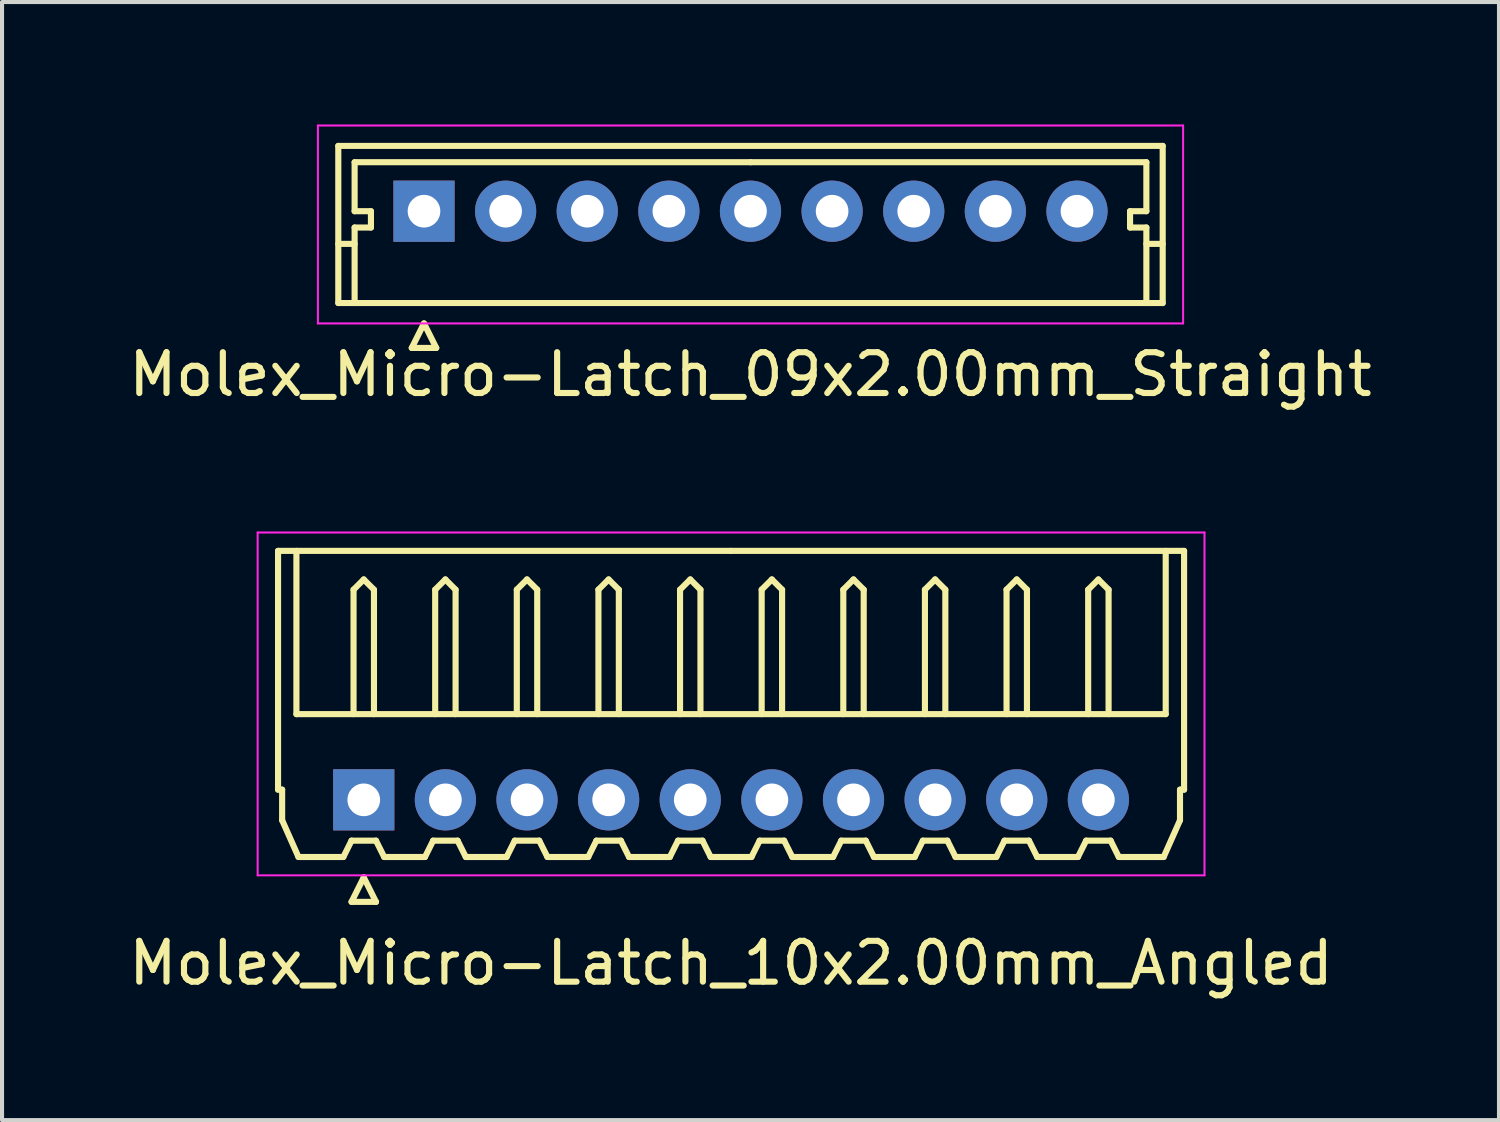
<source format=kicad_pcb>
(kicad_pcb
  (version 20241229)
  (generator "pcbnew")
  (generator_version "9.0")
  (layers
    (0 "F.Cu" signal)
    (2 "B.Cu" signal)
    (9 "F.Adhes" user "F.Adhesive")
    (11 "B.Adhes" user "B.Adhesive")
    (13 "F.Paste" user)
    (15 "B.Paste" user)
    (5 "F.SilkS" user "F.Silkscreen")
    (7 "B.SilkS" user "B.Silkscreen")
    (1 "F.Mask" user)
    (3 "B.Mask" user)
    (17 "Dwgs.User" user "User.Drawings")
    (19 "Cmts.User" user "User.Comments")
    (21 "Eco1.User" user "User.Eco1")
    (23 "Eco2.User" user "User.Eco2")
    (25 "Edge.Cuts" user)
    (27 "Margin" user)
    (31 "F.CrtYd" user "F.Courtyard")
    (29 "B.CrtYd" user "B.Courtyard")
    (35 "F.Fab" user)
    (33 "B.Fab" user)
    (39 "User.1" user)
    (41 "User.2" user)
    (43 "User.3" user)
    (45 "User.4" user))
  (footprint "Molex_Micro-Latch_10x2.00mm_Angled"
    (layer "F.Cu")
    (at 5.863 16.548)
    (property "Reference" "Molex_Micro-Latch_10x2.00mm_Angled" (at 9 4 0) (layer "F.SilkS") (effects (font (size 1 1) (thickness 0.15))))
    (attr through_hole)
    (fp_line (start -2.1 -6.1) (end 9 -6.1) (stroke (width 0.15) (type solid)) (layer "F.SilkS"))
    (fp_line (start -2.1 -0.25) (end -2.1 -6.1) (stroke (width 0.15) (type solid)) (layer "F.SilkS"))
    (fp_line (start -2 -0.25) (end -2.1 -0.25) (stroke (width 0.15) (type solid)) (layer "F.SilkS"))
    (fp_line (start -2 0.5) (end -2 -0.25) (stroke (width 0.15) (type solid)) (layer "F.SilkS"))
    (fp_line (start -1.65 -6.1) (end -1.65 -2.1) (stroke (width 0.15) (type solid)) (layer "F.SilkS"))
    (fp_line (start -1.65 -2.1) (end 19.65 -2.1) (stroke (width 0.15) (type solid)) (layer "F.SilkS"))
    (fp_line (start -1.6 1.4) (end -2 0.5) (stroke (width 0.15) (type solid)) (layer "F.SilkS"))
    (fp_line (start -0.5 1.4) (end -1.6 1.4) (stroke (width 0.15) (type solid)) (layer "F.SilkS"))
    (fp_line (start -0.3 1) (end -0.5 1.4) (stroke (width 0.15) (type solid)) (layer "F.SilkS"))
    (fp_line (start -0.3 1) (end 0.3 1) (stroke (width 0.15) (type solid)) (layer "F.SilkS"))
    (fp_line (start -0.3 2.5) (end 0.3 2.5) (stroke (width 0.15) (type solid)) (layer "F.SilkS"))
    (fp_line (start -0.25 -5.15) (end 0 -5.4) (stroke (width 0.15) (type solid)) (layer "F.SilkS"))
    (fp_line (start -0.25 -2.1) (end -0.25 -5.15) (stroke (width 0.15) (type solid)) (layer "F.SilkS"))
    (fp_line (start 0 -5.4) (end 0.25 -5.15) (stroke (width 0.15) (type solid)) (layer "F.SilkS"))
    (fp_line (start 0 1.9) (end -0.3 2.5) (stroke (width 0.15) (type solid)) (layer "F.SilkS"))
    (fp_line (start 0.25 -5.15) (end 0.25 -2.1) (stroke (width 0.15) (type solid)) (layer "F.SilkS"))
    (fp_line (start 0.3 1) (end 0.5 1.4) (stroke (width 0.15) (type solid)) (layer "F.SilkS"))
    (fp_line (start 0.3 2.5) (end 0 1.9) (stroke (width 0.15) (type solid)) (layer "F.SilkS"))
    (fp_line (start 0.5 1.4) (end 1.5 1.4) (stroke (width 0.15) (type solid)) (layer "F.SilkS"))
    (fp_line (start 1.5 1.4) (end 1.7 1) (stroke (width 0.15) (type solid)) (layer "F.SilkS"))
    (fp_line (start 1.7 1) (end 2.3 1) (stroke (width 0.15) (type solid)) (layer "F.SilkS"))
    (fp_line (start 1.75 -5.15) (end 2 -5.4) (stroke (width 0.15) (type solid)) (layer "F.SilkS"))
    (fp_line (start 1.75 -2.1) (end 1.75 -5.15) (stroke (width 0.15) (type solid)) (layer "F.SilkS"))
    (fp_line (start 2 -5.4) (end 2.25 -5.15) (stroke (width 0.15) (type solid)) (layer "F.SilkS"))
    (fp_line (start 2.25 -5.15) (end 2.25 -2.1) (stroke (width 0.15) (type solid)) (layer "F.SilkS"))
    (fp_line (start 2.3 1) (end 2.5 1.4) (stroke (width 0.15) (type solid)) (layer "F.SilkS"))
    (fp_line (start 2.5 1.4) (end 3.5 1.4) (stroke (width 0.15) (type solid)) (layer "F.SilkS"))
    (fp_line (start 3.5 1.4) (end 3.7 1) (stroke (width 0.15) (type solid)) (layer "F.SilkS"))
    (fp_line (start 3.7 1) (end 4.3 1) (stroke (width 0.15) (type solid)) (layer "F.SilkS"))
    (fp_line (start 3.75 -5.15) (end 4 -5.4) (stroke (width 0.15) (type solid)) (layer "F.SilkS"))
    (fp_line (start 3.75 -2.1) (end 3.75 -5.15) (stroke (width 0.15) (type solid)) (layer "F.SilkS"))
    (fp_line (start 4 -5.4) (end 4.25 -5.15) (stroke (width 0.15) (type solid)) (layer "F.SilkS"))
    (fp_line (start 4.25 -5.15) (end 4.25 -2.1) (stroke (width 0.15) (type solid)) (layer "F.SilkS"))
    (fp_line (start 4.3 1) (end 4.5 1.4) (stroke (width 0.15) (type solid)) (layer "F.SilkS"))
    (fp_line (start 4.5 1.4) (end 5.5 1.4) (stroke (width 0.15) (type solid)) (layer "F.SilkS"))
    (fp_line (start 5.5 1.4) (end 5.7 1) (stroke (width 0.15) (type solid)) (layer "F.SilkS"))
    (fp_line (start 5.7 1) (end 6.3 1) (stroke (width 0.15) (type solid)) (layer "F.SilkS"))
    (fp_line (start 5.75 -5.15) (end 6 -5.4) (stroke (width 0.15) (type solid)) (layer "F.SilkS"))
    (fp_line (start 5.75 -2.1) (end 5.75 -5.15) (stroke (width 0.15) (type solid)) (layer "F.SilkS"))
    (fp_line (start 6 -5.4) (end 6.25 -5.15) (stroke (width 0.15) (type solid)) (layer "F.SilkS"))
    (fp_line (start 6.25 -5.15) (end 6.25 -2.1) (stroke (width 0.15) (type solid)) (layer "F.SilkS"))
    (fp_line (start 6.3 1) (end 6.5 1.4) (stroke (width 0.15) (type solid)) (layer "F.SilkS"))
    (fp_line (start 6.5 1.4) (end 7.5 1.4) (stroke (width 0.15) (type solid)) (layer "F.SilkS"))
    (fp_line (start 7.5 1.4) (end 7.7 1) (stroke (width 0.15) (type solid)) (layer "F.SilkS"))
    (fp_line (start 7.7 1) (end 8.3 1) (stroke (width 0.15) (type solid)) (layer "F.SilkS"))
    (fp_line (start 7.75 -5.15) (end 8 -5.4) (stroke (width 0.15) (type solid)) (layer "F.SilkS"))
    (fp_line (start 7.75 -2.1) (end 7.75 -5.15) (stroke (width 0.15) (type solid)) (layer "F.SilkS"))
    (fp_line (start 8 -5.4) (end 8.25 -5.15) (stroke (width 0.15) (type solid)) (layer "F.SilkS"))
    (fp_line (start 8.25 -5.15) (end 8.25 -2.1) (stroke (width 0.15) (type solid)) (layer "F.SilkS"))
    (fp_line (start 8.3 1) (end 8.5 1.4) (stroke (width 0.15) (type solid)) (layer "F.SilkS"))
    (fp_line (start 8.5 1.4) (end 9.5 1.4) (stroke (width 0.15) (type solid)) (layer "F.SilkS"))
    (fp_line (start 9.5 1.4) (end 9.7 1) (stroke (width 0.15) (type solid)) (layer "F.SilkS"))
    (fp_line (start 9.7 1) (end 10.3 1) (stroke (width 0.15) (type solid)) (layer "F.SilkS"))
    (fp_line (start 9.75 -5.15) (end 10 -5.4) (stroke (width 0.15) (type solid)) (layer "F.SilkS"))
    (fp_line (start 9.75 -2.1) (end 9.75 -5.15) (stroke (width 0.15) (type solid)) (layer "F.SilkS"))
    (fp_line (start 10 -5.4) (end 10.25 -5.15) (stroke (width 0.15) (type solid)) (layer "F.SilkS"))
    (fp_line (start 10.25 -5.15) (end 10.25 -2.1) (stroke (width 0.15) (type solid)) (layer "F.SilkS"))
    (fp_line (start 10.3 1) (end 10.5 1.4) (stroke (width 0.15) (type solid)) (layer "F.SilkS"))
    (fp_line (start 10.5 1.4) (end 11.5 1.4) (stroke (width 0.15) (type solid)) (layer "F.SilkS"))
    (fp_line (start 11.5 1.4) (end 11.7 1) (stroke (width 0.15) (type solid)) (layer "F.SilkS"))
    (fp_line (start 11.7 1) (end 12.3 1) (stroke (width 0.15) (type solid)) (layer "F.SilkS"))
    (fp_line (start 11.75 -5.15) (end 12 -5.4) (stroke (width 0.15) (type solid)) (layer "F.SilkS"))
    (fp_line (start 11.75 -2.1) (end 11.75 -5.15) (stroke (width 0.15) (type solid)) (layer "F.SilkS"))
    (fp_line (start 12 -5.4) (end 12.25 -5.15) (stroke (width 0.15) (type solid)) (layer "F.SilkS"))
    (fp_line (start 12.25 -5.15) (end 12.25 -2.1) (stroke (width 0.15) (type solid)) (layer "F.SilkS"))
    (fp_line (start 12.3 1) (end 12.5 1.4) (stroke (width 0.15) (type solid)) (layer "F.SilkS"))
    (fp_line (start 12.5 1.4) (end 13.5 1.4) (stroke (width 0.15) (type solid)) (layer "F.SilkS"))
    (fp_line (start 13.5 1.4) (end 13.7 1) (stroke (width 0.15) (type solid)) (layer "F.SilkS"))
    (fp_line (start 13.7 1) (end 14.3 1) (stroke (width 0.15) (type solid)) (layer "F.SilkS"))
    (fp_line (start 13.75 -5.15) (end 14 -5.4) (stroke (width 0.15) (type solid)) (layer "F.SilkS"))
    (fp_line (start 13.75 -2.1) (end 13.75 -5.15) (stroke (width 0.15) (type solid)) (layer "F.SilkS"))
    (fp_line (start 14 -5.4) (end 14.25 -5.15) (stroke (width 0.15) (type solid)) (layer "F.SilkS"))
    (fp_line (start 14.25 -5.15) (end 14.25 -2.1) (stroke (width 0.15) (type solid)) (layer "F.SilkS"))
    (fp_line (start 14.3 1) (end 14.5 1.4) (stroke (width 0.15) (type solid)) (layer "F.SilkS"))
    (fp_line (start 14.5 1.4) (end 15.5 1.4) (stroke (width 0.15) (type solid)) (layer "F.SilkS"))
    (fp_line (start 15.5 1.4) (end 15.7 1) (stroke (width 0.15) (type solid)) (layer "F.SilkS"))
    (fp_line (start 15.7 1) (end 16.3 1) (stroke (width 0.15) (type solid)) (layer "F.SilkS"))
    (fp_line (start 15.75 -5.15) (end 16 -5.4) (stroke (width 0.15) (type solid)) (layer "F.SilkS"))
    (fp_line (start 15.75 -2.1) (end 15.75 -5.15) (stroke (width 0.15) (type solid)) (layer "F.SilkS"))
    (fp_line (start 16 -5.4) (end 16.25 -5.15) (stroke (width 0.15) (type solid)) (layer "F.SilkS"))
    (fp_line (start 16.25 -5.15) (end 16.25 -2.1) (stroke (width 0.15) (type solid)) (layer "F.SilkS"))
    (fp_line (start 16.3 1) (end 16.5 1.4) (stroke (width 0.15) (type solid)) (layer "F.SilkS"))
    (fp_line (start 16.5 1.4) (end 17.5 1.4) (stroke (width 0.15) (type solid)) (layer "F.SilkS"))
    (fp_line (start 17.5 1.4) (end 17.7 1) (stroke (width 0.15) (type solid)) (layer "F.SilkS"))
    (fp_line (start 17.7 1) (end 18.3 1) (stroke (width 0.15) (type solid)) (layer "F.SilkS"))
    (fp_line (start 17.75 -5.15) (end 18 -5.4) (stroke (width 0.15) (type solid)) (layer "F.SilkS"))
    (fp_line (start 17.75 -2.1) (end 17.75 -5.15) (stroke (width 0.15) (type solid)) (layer "F.SilkS"))
    (fp_line (start 18 -5.4) (end 18.25 -5.15) (stroke (width 0.15) (type solid)) (layer "F.SilkS"))
    (fp_line (start 18.25 -5.15) (end 18.25 -2.1) (stroke (width 0.15) (type solid)) (layer "F.SilkS"))
    (fp_line (start 18.3 1) (end 18.5 1.4) (stroke (width 0.15) (type solid)) (layer "F.SilkS"))
    (fp_line (start 18.5 1.4) (end 19.6 1.4) (stroke (width 0.15) (type solid)) (layer "F.SilkS"))
    (fp_line (start 19.6 1.4) (end 20 0.5) (stroke (width 0.15) (type solid)) (layer "F.SilkS"))
    (fp_line (start 19.65 -2.1) (end 19.65 -6.1) (stroke (width 0.15) (type solid)) (layer "F.SilkS"))
    (fp_line (start 20 -0.25) (end 20.1 -0.25) (stroke (width 0.15) (type solid)) (layer "F.SilkS"))
    (fp_line (start 20 0.5) (end 20 -0.25) (stroke (width 0.15) (type solid)) (layer "F.SilkS"))
    (fp_line (start 20.1 -6.1) (end 9 -6.1) (stroke (width 0.15) (type solid)) (layer "F.SilkS"))
    (fp_line (start 20.1 -0.25) (end 20.1 -6.1) (stroke (width 0.15) (type solid)) (layer "F.SilkS"))
    (fp_line (start -2.6 -6.55) (end -2.6 1.85) (stroke (width 0.05) (type solid)) (layer "F.CrtYd"))
    (fp_line (start -2.6 1.85) (end 20.6 1.85) (stroke (width 0.05) (type solid)) (layer "F.CrtYd"))
    (fp_line (start 20.6 -6.55) (end -2.6 -6.55) (stroke (width 0.05) (type solid)) (layer "F.CrtYd"))
    (fp_line (start 20.6 1.85) (end 20.6 -6.55) (stroke (width 0.05) (type solid)) (layer "F.CrtYd"))
    (pad "1" thru_hole rect (at 0 0) (size 1.5 1.5) (drill 0.8) (layers "*.Cu" "*.Mask"))
    (pad "2" thru_hole circle (at 2 0) (size 1.5 1.5) (drill 0.8) (layers "*.Cu" "*.Mask"))
    (pad "3" thru_hole circle (at 4 0) (size 1.5 1.5) (drill 0.8) (layers "*.Cu" "*.Mask"))
    (pad "4" thru_hole circle (at 6 0) (size 1.5 1.5) (drill 0.8) (layers "*.Cu" "*.Mask"))
    (pad "5" thru_hole circle (at 8 0) (size 1.5 1.5) (drill 0.8) (layers "*.Cu" "*.Mask"))
    (pad "6" thru_hole circle (at 10 0) (size 1.5 1.5) (drill 0.8) (layers "*.Cu" "*.Mask"))
    (pad "7" thru_hole circle (at 12 0) (size 1.5 1.5) (drill 0.8) (layers "*.Cu" "*.Mask"))
    (pad "8" thru_hole circle (at 14 0) (size 1.5 1.5) (drill 0.8) (layers "*.Cu" "*.Mask"))
    (pad "9" thru_hole circle (at 16 0) (size 1.5 1.5) (drill 0.8) (layers "*.Cu" "*.Mask"))
    (pad "10" thru_hole circle (at 18 0) (size 1.5 1.5) (drill 0.8) (layers "*.Cu" "*.Mask")))
  (footprint "Molex_Micro-Latch_09x2.00mm_Straight"
    (layer "F.Cu")
    (at 7.339 2.125)
    (property "Reference" "Molex_Micro-Latch_09x2.00mm_Straight" (at 8 4 0) (layer "F.SilkS") (effects (font (size 1 1) (thickness 0.15))))
    (attr through_hole)
    (fp_line (start -2.1 -1.6) (end -2.1 2.25) (stroke (width 0.15) (type solid)) (layer "F.SilkS"))
    (fp_line (start -2.1 0.8) (end -1.7 0.8) (stroke (width 0.15) (type solid)) (layer "F.SilkS"))
    (fp_line (start -2.1 2.25) (end 18.1 2.25) (stroke (width 0.15) (type solid)) (layer "F.SilkS"))
    (fp_line (start -1.7 -1.2) (end -1.7 0) (stroke (width 0.15) (type solid)) (layer "F.SilkS"))
    (fp_line (start -1.7 0) (end -1.3 0) (stroke (width 0.15) (type solid)) (layer "F.SilkS"))
    (fp_line (start -1.7 0.4) (end -1.7 2.25) (stroke (width 0.15) (type solid)) (layer "F.SilkS"))
    (fp_line (start -1.3 0) (end -1.3 0.4) (stroke (width 0.15) (type solid)) (layer "F.SilkS"))
    (fp_line (start -1.3 0.4) (end -1.7 0.4) (stroke (width 0.15) (type solid)) (layer "F.SilkS"))
    (fp_line (start -0.3 3.35) (end 0.3 3.35) (stroke (width 0.15) (type solid)) (layer "F.SilkS"))
    (fp_line (start 0 2.75) (end -0.3 3.35) (stroke (width 0.15) (type solid)) (layer "F.SilkS"))
    (fp_line (start 0.3 3.35) (end 0 2.75) (stroke (width 0.15) (type solid)) (layer "F.SilkS"))
    (fp_line (start 8 -1.2) (end -1.7 -1.2) (stroke (width 0.15) (type solid)) (layer "F.SilkS"))
    (fp_line (start 8 -1.2) (end 17.7 -1.2) (stroke (width 0.15) (type solid)) (layer "F.SilkS"))
    (fp_line (start 17.3 0) (end 17.3 0.4) (stroke (width 0.15) (type solid)) (layer "F.SilkS"))
    (fp_line (start 17.3 0.4) (end 17.7 0.4) (stroke (width 0.15) (type solid)) (layer "F.SilkS"))
    (fp_line (start 17.7 -1.2) (end 17.7 0) (stroke (width 0.15) (type solid)) (layer "F.SilkS"))
    (fp_line (start 17.7 0) (end 17.3 0) (stroke (width 0.15) (type solid)) (layer "F.SilkS"))
    (fp_line (start 17.7 0.4) (end 17.7 2.25) (stroke (width 0.15) (type solid)) (layer "F.SilkS"))
    (fp_line (start 18.1 -1.6) (end -2.1 -1.6) (stroke (width 0.15) (type solid)) (layer "F.SilkS"))
    (fp_line (start 18.1 0.8) (end 17.7 0.8) (stroke (width 0.15) (type solid)) (layer "F.SilkS"))
    (fp_line (start 18.1 2.25) (end 18.1 -1.6) (stroke (width 0.15) (type solid)) (layer "F.SilkS"))
    (fp_line (start -2.6 -2.1) (end -2.6 2.75) (stroke (width 0.05) (type solid)) (layer "F.CrtYd"))
    (fp_line (start -2.6 2.75) (end 18.6 2.75) (stroke (width 0.05) (type solid)) (layer "F.CrtYd"))
    (fp_line (start 18.6 -2.1) (end -2.6 -2.1) (stroke (width 0.05) (type solid)) (layer "F.CrtYd"))
    (fp_line (start 18.6 2.75) (end 18.6 -2.1) (stroke (width 0.05) (type solid)) (layer "F.CrtYd"))
    (pad "1" thru_hole rect (at 0 0) (size 1.5 1.5) (drill 0.8) (layers "*.Cu" "*.Mask"))
    (pad "2" thru_hole circle (at 2 0) (size 1.5 1.5) (drill 0.8) (layers "*.Cu" "*.Mask"))
    (pad "3" thru_hole circle (at 4 0) (size 1.5 1.5) (drill 0.8) (layers "*.Cu" "*.Mask"))
    (pad "4" thru_hole circle (at 6 0) (size 1.5 1.5) (drill 0.8) (layers "*.Cu" "*.Mask"))
    (pad "5" thru_hole circle (at 8 0) (size 1.5 1.5) (drill 0.8) (layers "*.Cu" "*.Mask"))
    (pad "6" thru_hole circle (at 10 0) (size 1.5 1.5) (drill 0.8) (layers "*.Cu" "*.Mask"))
    (pad "7" thru_hole circle (at 12 0) (size 1.5 1.5) (drill 0.8) (layers "*.Cu" "*.Mask"))
    (pad "8" thru_hole circle (at 14 0) (size 1.5 1.5) (drill 0.8) (layers "*.Cu" "*.Mask"))
    (pad "9" thru_hole circle (at 16 0) (size 1.5 1.5) (drill 0.8) (layers "*.Cu" "*.Mask")))
  (gr_rect
    (start -3 -3)
    (end 33.679 24.396)
    (stroke (width 0.1) (type default))
    (fill no)
    (layer "Edge.Cuts")))
</source>
